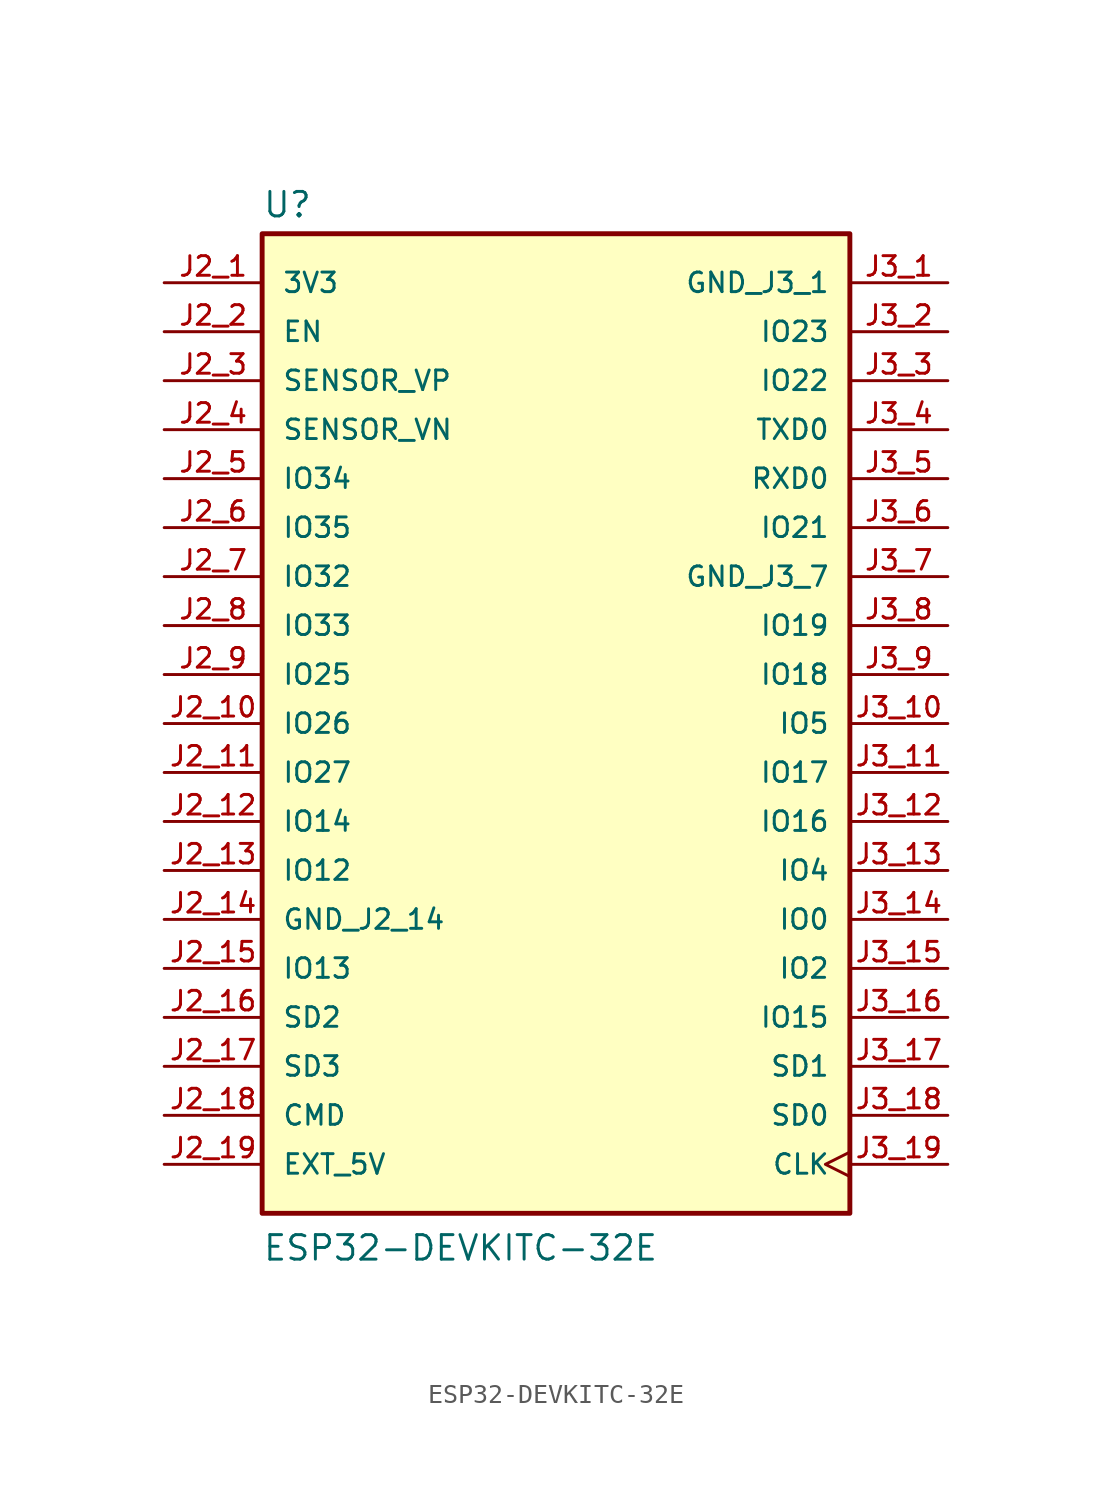
<source format=kicad_sym>
(kicad_symbol_lib
  (version 20211014)
  (generator kicad_symbol_editor)
  (symbol "ESP32-DEVKITC-32E"
    (pin_names
      (offset 1.016))
    (property "Reference" "U"
      (at -15.24 26.162 0)
      (effects (font (size 1.27 1.27)) (justify bottom left)))
    (property "Value" "ESP32-DEVKITC-32E"
      (at -15.24 -27.94 0)
      (effects (font (size 1.27 1.27)) (justify bottom left)))
    (symbol "ESP32-DEVKITC-32E_0_0"
      (rectangle (start -15.24 -25.4) (end 15.24 25.4) (stroke (width 0.254)) (fill (type background)))
      (pin power_in line (at -20.32 22.86 0) (length 5.08) (name "3V3" (effects (font (size 1.016 1.016)))) (number "J2_1" (effects (font (size 1.016 1.016)))))
      (pin input line (at -20.32 20.32 0) (length 5.08) (name "EN" (effects (font (size 1.016 1.016)))) (number "J2_2" (effects (font (size 1.016 1.016)))))
      (pin bidirectional line (at -20.32 17.78 0) (length 5.08) (name "SENSOR_VP" (effects (font (size 1.016 1.016)))) (number "J2_3" (effects (font (size 1.016 1.016)))))
      (pin bidirectional line (at -20.32 15.24 0) (length 5.08) (name "SENSOR_VN" (effects (font (size 1.016 1.016)))) (number "J2_4" (effects (font (size 1.016 1.016)))))
      (pin bidirectional line (at -20.32 12.7 0) (length 5.08) (name "IO34" (effects (font (size 1.016 1.016)))) (number "J2_5" (effects (font (size 1.016 1.016)))))
      (pin bidirectional line (at -20.32 10.16 0) (length 5.08) (name "IO35" (effects (font (size 1.016 1.016)))) (number "J2_6" (effects (font (size 1.016 1.016)))))
      (pin bidirectional line (at -20.32 7.62 0) (length 5.08) (name "IO32" (effects (font (size 1.016 1.016)))) (number "J2_7" (effects (font (size 1.016 1.016)))))
      (pin bidirectional line (at -20.32 5.08 0) (length 5.08) (name "IO33" (effects (font (size 1.016 1.016)))) (number "J2_8" (effects (font (size 1.016 1.016)))))
      (pin bidirectional line (at -20.32 2.54 0) (length 5.08) (name "IO25" (effects (font (size 1.016 1.016)))) (number "J2_9" (effects (font (size 1.016 1.016)))))
      (pin bidirectional line (at -20.32 0.0 0) (length 5.08) (name "IO26" (effects (font (size 1.016 1.016)))) (number "J2_10" (effects (font (size 1.016 1.016)))))
      (pin bidirectional line (at -20.32 -2.54 0) (length 5.08) (name "IO27" (effects (font (size 1.016 1.016)))) (number "J2_11" (effects (font (size 1.016 1.016)))))
      (pin bidirectional line (at -20.32 -5.08 0) (length 5.08) (name "IO14" (effects (font (size 1.016 1.016)))) (number "J2_12" (effects (font (size 1.016 1.016)))))
      (pin bidirectional line (at -20.32 -7.62 0) (length 5.08) (name "IO12" (effects (font (size 1.016 1.016)))) (number "J2_13" (effects (font (size 1.016 1.016)))))
      (pin power_in line (at -20.32 -10.16 0) (length 5.08) (name "GND_J2_14" (effects (font (size 1.016 1.016)))) (number "J2_14" (effects (font (size 1.016 1.016)))))
      (pin bidirectional line (at -20.32 -12.7 0) (length 5.08) (name "IO13" (effects (font (size 1.016 1.016)))) (number "J2_15" (effects (font (size 1.016 1.016)))))
      (pin bidirectional line (at -20.32 -15.24 0) (length 5.08) (name "SD2" (effects (font (size 1.016 1.016)))) (number "J2_16" (effects (font (size 1.016 1.016)))))
      (pin bidirectional line (at -20.32 -17.78 0) (length 5.08) (name "SD3" (effects (font (size 1.016 1.016)))) (number "J2_17" (effects (font (size 1.016 1.016)))))
      (pin bidirectional line (at -20.32 -20.32 0) (length 5.08) (name "CMD" (effects (font (size 1.016 1.016)))) (number "J2_18" (effects (font (size 1.016 1.016)))))
      (pin power_in line (at -20.32 -22.86 0) (length 5.08) (name "EXT_5V" (effects (font (size 1.016 1.016)))) (number "J2_19" (effects (font (size 1.016 1.016)))))
      (pin power_in line (at 20.32 22.86 180.0) (length 5.08) (name "GND_J3_1" (effects (font (size 1.016 1.016)))) (number "J3_1" (effects (font (size 1.016 1.016)))))
      (pin bidirectional line (at 20.32 20.32 180.0) (length 5.08) (name "IO23" (effects (font (size 1.016 1.016)))) (number "J3_2" (effects (font (size 1.016 1.016)))))
      (pin bidirectional line (at 20.32 17.78 180.0) (length 5.08) (name "IO22" (effects (font (size 1.016 1.016)))) (number "J3_3" (effects (font (size 1.016 1.016)))))
      (pin bidirectional line (at 20.32 15.24 180.0) (length 5.08) (name "TXD0" (effects (font (size 1.016 1.016)))) (number "J3_4" (effects (font (size 1.016 1.016)))))
      (pin bidirectional line (at 20.32 12.7 180.0) (length 5.08) (name "RXD0" (effects (font (size 1.016 1.016)))) (number "J3_5" (effects (font (size 1.016 1.016)))))
      (pin bidirectional line (at 20.32 10.16 180.0) (length 5.08) (name "IO21" (effects (font (size 1.016 1.016)))) (number "J3_6" (effects (font (size 1.016 1.016)))))
      (pin power_in line (at 20.32 7.62 180.0) (length 5.08) (name "GND_J3_7" (effects (font (size 1.016 1.016)))) (number "J3_7" (effects (font (size 1.016 1.016)))))
      (pin bidirectional line (at 20.32 5.08 180.0) (length 5.08) (name "IO19" (effects (font (size 1.016 1.016)))) (number "J3_8" (effects (font (size 1.016 1.016)))))
      (pin bidirectional line (at 20.32 2.54 180.0) (length 5.08) (name "IO18" (effects (font (size 1.016 1.016)))) (number "J3_9" (effects (font (size 1.016 1.016)))))
      (pin bidirectional line (at 20.32 0.0 180.0) (length 5.08) (name "IO5" (effects (font (size 1.016 1.016)))) (number "J3_10" (effects (font (size 1.016 1.016)))))
      (pin bidirectional line (at 20.32 -2.54 180.0) (length 5.08) (name "IO17" (effects (font (size 1.016 1.016)))) (number "J3_11" (effects (font (size 1.016 1.016)))))
      (pin bidirectional line (at 20.32 -5.08 180.0) (length 5.08) (name "IO16" (effects (font (size 1.016 1.016)))) (number "J3_12" (effects (font (size 1.016 1.016)))))
      (pin bidirectional line (at 20.32 -7.62 180.0) (length 5.08) (name "IO4" (effects (font (size 1.016 1.016)))) (number "J3_13" (effects (font (size 1.016 1.016)))))
      (pin bidirectional line (at 20.32 -10.16 180.0) (length 5.08) (name "IO0" (effects (font (size 1.016 1.016)))) (number "J3_14" (effects (font (size 1.016 1.016)))))
      (pin bidirectional line (at 20.32 -12.7 180.0) (length 5.08) (name "IO2" (effects (font (size 1.016 1.016)))) (number "J3_15" (effects (font (size 1.016 1.016)))))
      (pin bidirectional line (at 20.32 -15.24 180.0) (length 5.08) (name "IO15" (effects (font (size 1.016 1.016)))) (number "J3_16" (effects (font (size 1.016 1.016)))))
      (pin bidirectional line (at 20.32 -17.78 180.0) (length 5.08) (name "SD1" (effects (font (size 1.016 1.016)))) (number "J3_17" (effects (font (size 1.016 1.016)))))
      (pin bidirectional line (at 20.32 -20.32 180.0) (length 5.08) (name "SD0" (effects (font (size 1.016 1.016)))) (number "J3_18" (effects (font (size 1.016 1.016)))))
      (pin bidirectional clock (at 20.32 -22.86 180.0) (length 5.08) (name "CLK" (effects (font (size 1.016 1.016)))) (number "J3_19" (effects (font (size 1.016 1.016))))))))
</source>
